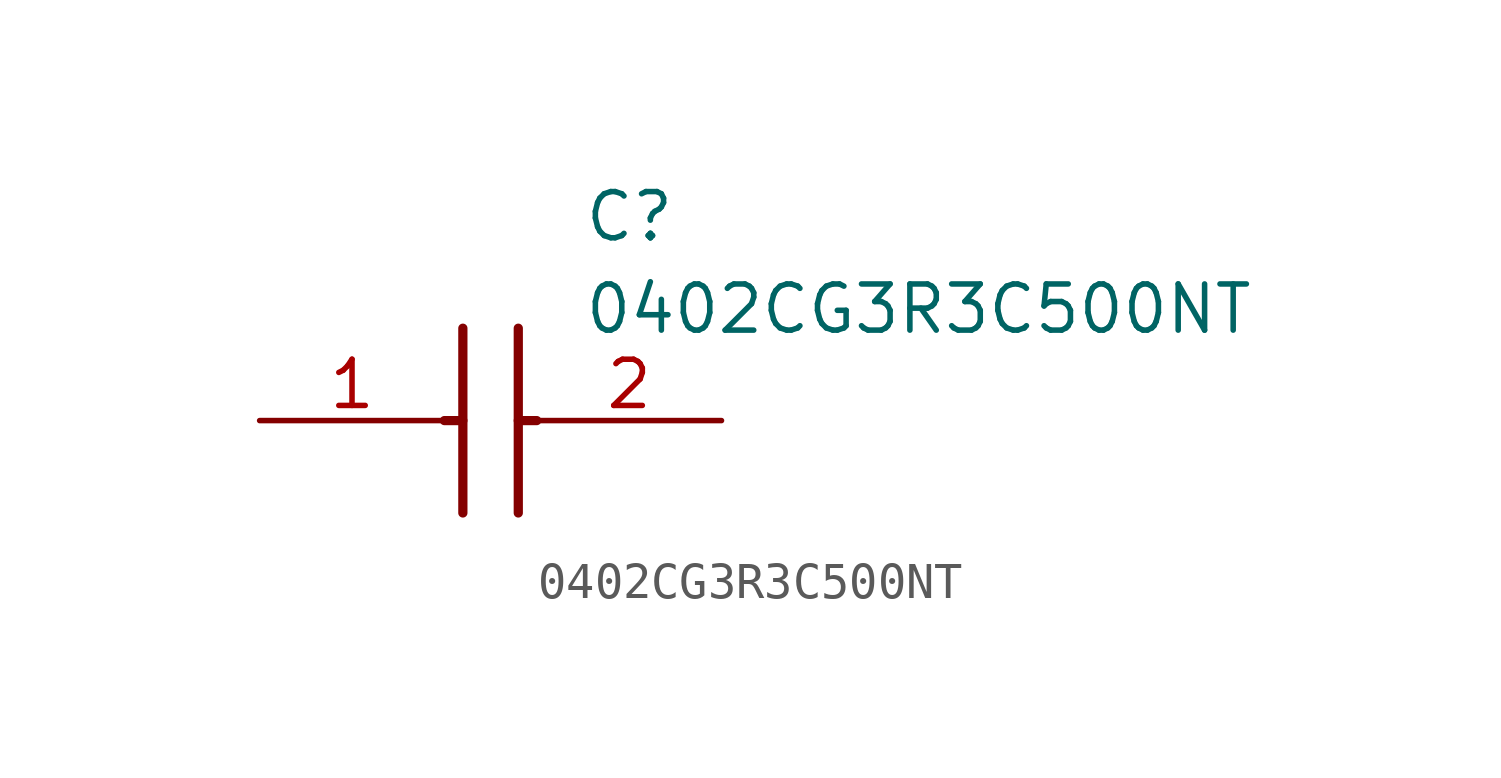
<source format=kicad_sym>
(kicad_symbol_lib
  (version 20211014)
  (generator SamacSys_ECAD_Model)
  (symbol "0402CG3R3C500NT"
    (pin_names hide)
    (property "Reference" "C"
      (at 8.89 6.35 0)
      (effects (font (size 1.27 1.27)) (justify left top)))
    (property "Value" "0402CG3R3C500NT"
      (at 8.89 3.81 0)
      (effects (font (size 1.27 1.27)) (justify left top)))
    (polyline
      (pts (xy 5.588 2.54) (xy 5.588 -2.54))
      (stroke (width 0.254) (type default))
      (fill (type none)))
    (polyline
      (pts (xy 7.112 2.54) (xy 7.112 -2.54))
      (stroke (width 0.254) (type default))
      (fill (type none)))
    (polyline
      (pts (xy 5.08 0) (xy 5.588 0))
      (stroke (width 0.254) (type default))
      (fill (type none)))
    (polyline
      (pts (xy 7.112 0) (xy 7.62 0))
      (stroke (width 0.254) (type default))
      (fill (type none)))
    (pin passive line
      (at 0 0 0)
      (length 5.08)
      (name "1" (effects (font (size 1.27 1.27))))
      (number "1" (effects (font (size 1.27 1.27)))))
    (pin passive line
      (at 12.7 0 180)
      (length 5.08)
      (name "2" (effects (font (size 1.27 1.27))))
      (number "2" (effects (font (size 1.27 1.27)))))))
</source>
